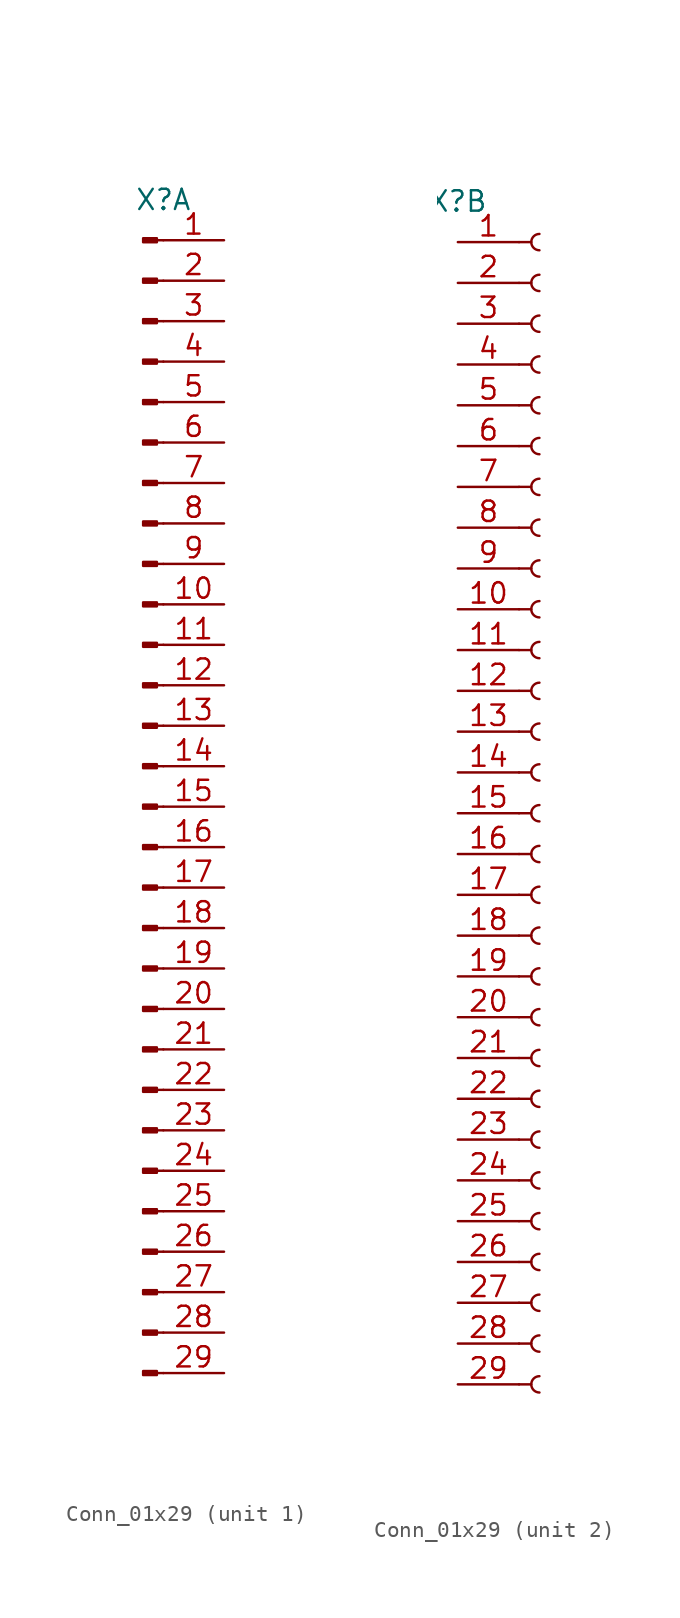
<source format=kicad_sym>
(kicad_symbol_lib
  (version 20241209)
  (generator "kicad_symbol_editor")
  (generator_version "9.0")
  (symbol "Conn_01x29"
    (pin_names
      (offset 1.016)
      (hide yes))
    (property "Reference" "X"
      (at 0 38.1 0)
      (effects (font (size 1.27 1.27))))
    (property "ki_locked" ""
      (at 0 0 0)
      (effects (font (size 1.27 1.27))))
    (symbol "Conn_01x29_1_1"
      (rectangle (start -0.406 35.687) (end -1.27 35.433) (stroke (width 0.152) (type default)) (fill (type outline)))
      (rectangle (start -0.406 33.147) (end -1.27 32.893) (stroke (width 0.152) (type default)) (fill (type outline)))
      (rectangle (start -0.406 30.607) (end -1.27 30.353) (stroke (width 0.152) (type default)) (fill (type outline)))
      (rectangle (start -0.406 28.067) (end -1.27 27.813) (stroke (width 0.152) (type default)) (fill (type outline)))
      (rectangle (start -0.406 25.527) (end -1.27 25.273) (stroke (width 0.152) (type default)) (fill (type outline)))
      (rectangle (start -0.406 22.987) (end -1.27 22.733) (stroke (width 0.152) (type default)) (fill (type outline)))
      (rectangle (start -0.406 20.447) (end -1.27 20.193) (stroke (width 0.152) (type default)) (fill (type outline)))
      (rectangle (start -0.406 17.907) (end -1.27 17.653) (stroke (width 0.152) (type default)) (fill (type outline)))
      (rectangle (start -0.406 15.367) (end -1.27 15.113) (stroke (width 0.152) (type default)) (fill (type outline)))
      (rectangle (start -0.406 12.827) (end -1.27 12.573) (stroke (width 0.152) (type default)) (fill (type outline)))
      (rectangle (start -0.406 10.287) (end -1.27 10.033) (stroke (width 0.152) (type default)) (fill (type outline)))
      (rectangle (start -0.406 7.747) (end -1.27 7.493) (stroke (width 0.152) (type default)) (fill (type outline)))
      (rectangle (start -0.406 5.207) (end -1.27 4.953) (stroke (width 0.152) (type default)) (fill (type outline)))
      (rectangle (start -0.406 2.667) (end -1.27 2.413) (stroke (width 0.152) (type default)) (fill (type outline)))
      (rectangle (start -0.406 0.127) (end -1.27 -0.127) (stroke (width 0.152) (type default)) (fill (type outline)))
      (rectangle (start -0.406 -2.413) (end -1.27 -2.667) (stroke (width 0.152) (type default)) (fill (type outline)))
      (rectangle (start -0.406 -4.953) (end -1.27 -5.207) (stroke (width 0.152) (type default)) (fill (type outline)))
      (rectangle (start -0.406 -7.493) (end -1.27 -7.747) (stroke (width 0.152) (type default)) (fill (type outline)))
      (rectangle (start -0.406 -10.033) (end -1.27 -10.287) (stroke (width 0.152) (type default)) (fill (type outline)))
      (rectangle (start -0.406 -12.573) (end -1.27 -12.827) (stroke (width 0.152) (type default)) (fill (type outline)))
      (rectangle (start -0.406 -15.113) (end -1.27 -15.367) (stroke (width 0.152) (type default)) (fill (type outline)))
      (rectangle (start -0.406 -17.653) (end -1.27 -17.907) (stroke (width 0.152) (type default)) (fill (type outline)))
      (rectangle (start -0.406 -20.193) (end -1.27 -20.447) (stroke (width 0.152) (type default)) (fill (type outline)))
      (rectangle (start -0.406 -22.733) (end -1.27 -22.987) (stroke (width 0.152) (type default)) (fill (type outline)))
      (rectangle (start -0.406 -25.273) (end -1.27 -25.527) (stroke (width 0.152) (type default)) (fill (type outline)))
      (rectangle (start -0.406 -27.813) (end -1.27 -28.067) (stroke (width 0.152) (type default)) (fill (type outline)))
      (rectangle (start -0.406 -30.353) (end -1.27 -30.607) (stroke (width 0.152) (type default)) (fill (type outline)))
      (rectangle (start -0.406 -32.893) (end -1.27 -33.147) (stroke (width 0.152) (type default)) (fill (type outline)))
      (rectangle (start -0.406 -35.433) (end -1.27 -35.687) (stroke (width 0.152) (type default)) (fill (type outline)))
      (polyline (pts (xy 0 35.56) (xy -0.406 35.56)) (stroke (width 0.152) (type default)) (fill (type none)))
      (polyline (pts (xy 0 33.02) (xy -0.406 33.02)) (stroke (width 0.152) (type default)) (fill (type none)))
      (polyline (pts (xy 0 30.48) (xy -0.406 30.48)) (stroke (width 0.152) (type default)) (fill (type none)))
      (polyline (pts (xy 0 27.94) (xy -0.406 27.94)) (stroke (width 0.152) (type default)) (fill (type none)))
      (polyline (pts (xy 0 25.4) (xy -0.406 25.4)) (stroke (width 0.152) (type default)) (fill (type none)))
      (polyline (pts (xy 0 22.86) (xy -0.406 22.86)) (stroke (width 0.152) (type default)) (fill (type none)))
      (polyline (pts (xy 0 20.32) (xy -0.406 20.32)) (stroke (width 0.152) (type default)) (fill (type none)))
      (polyline (pts (xy 0 17.78) (xy -0.406 17.78)) (stroke (width 0.152) (type default)) (fill (type none)))
      (polyline (pts (xy 0 15.24) (xy -0.406 15.24)) (stroke (width 0.152) (type default)) (fill (type none)))
      (polyline (pts (xy 0 12.7) (xy -0.406 12.7)) (stroke (width 0.152) (type default)) (fill (type none)))
      (polyline (pts (xy 0 10.16) (xy -0.406 10.16)) (stroke (width 0.152) (type default)) (fill (type none)))
      (polyline (pts (xy 0 7.62) (xy -0.406 7.62)) (stroke (width 0.152) (type default)) (fill (type none)))
      (polyline (pts (xy 0 5.08) (xy -0.406 5.08)) (stroke (width 0.152) (type default)) (fill (type none)))
      (polyline (pts (xy 0 2.54) (xy -0.406 2.54)) (stroke (width 0.152) (type default)) (fill (type none)))
      (polyline (pts (xy 0 0) (xy -0.406 0)) (stroke (width 0.152) (type default)) (fill (type none)))
      (polyline (pts (xy 0 -2.54) (xy -0.406 -2.54)) (stroke (width 0.152) (type default)) (fill (type none)))
      (polyline (pts (xy 0 -5.08) (xy -0.406 -5.08)) (stroke (width 0.152) (type default)) (fill (type none)))
      (polyline (pts (xy 0 -7.62) (xy -0.406 -7.62)) (stroke (width 0.152) (type default)) (fill (type none)))
      (polyline (pts (xy 0 -10.16) (xy -0.406 -10.16)) (stroke (width 0.152) (type default)) (fill (type none)))
      (polyline (pts (xy 0 -12.7) (xy -0.406 -12.7)) (stroke (width 0.152) (type default)) (fill (type none)))
      (polyline (pts (xy 0 -15.24) (xy -0.406 -15.24)) (stroke (width 0.152) (type default)) (fill (type none)))
      (polyline (pts (xy 0 -17.78) (xy -0.406 -17.78)) (stroke (width 0.152) (type default)) (fill (type none)))
      (polyline (pts (xy 0 -20.32) (xy -0.406 -20.32)) (stroke (width 0.152) (type default)) (fill (type none)))
      (polyline (pts (xy 0 -22.86) (xy -0.406 -22.86)) (stroke (width 0.152) (type default)) (fill (type none)))
      (polyline (pts (xy 0 -25.4) (xy -0.406 -25.4)) (stroke (width 0.152) (type default)) (fill (type none)))
      (polyline (pts (xy 0 -27.94) (xy -0.406 -27.94)) (stroke (width 0.152) (type default)) (fill (type none)))
      (polyline (pts (xy 0 -30.48) (xy -0.406 -30.48)) (stroke (width 0.152) (type default)) (fill (type none)))
      (polyline (pts (xy 0 -33.02) (xy -0.406 -33.02)) (stroke (width 0.152) (type default)) (fill (type none)))
      (polyline (pts (xy 0 -35.56) (xy -0.406 -35.56)) (stroke (width 0.152) (type default)) (fill (type none)))
      (pin passive line (at 3.81 35.56 180) (length 3.81) (name "Pin_1" (effects (font (size 1.27 1.27)))) (number "1" (effects (font (size 1.27 1.27)))))
      (pin passive line (at 3.81 33.02 180) (length 3.81) (name "Pin_2" (effects (font (size 1.27 1.27)))) (number "2" (effects (font (size 1.27 1.27)))))
      (pin passive line (at 3.81 30.48 180) (length 3.81) (name "Pin_3" (effects (font (size 1.27 1.27)))) (number "3" (effects (font (size 1.27 1.27)))))
      (pin passive line (at 3.81 27.94 180) (length 3.81) (name "Pin_4" (effects (font (size 1.27 1.27)))) (number "4" (effects (font (size 1.27 1.27)))))
      (pin passive line (at 3.81 25.4 180) (length 3.81) (name "Pin_5" (effects (font (size 1.27 1.27)))) (number "5" (effects (font (size 1.27 1.27)))))
      (pin passive line (at 3.81 22.86 180) (length 3.81) (name "Pin_6" (effects (font (size 1.27 1.27)))) (number "6" (effects (font (size 1.27 1.27)))))
      (pin passive line (at 3.81 20.32 180) (length 3.81) (name "Pin_7" (effects (font (size 1.27 1.27)))) (number "7" (effects (font (size 1.27 1.27)))))
      (pin passive line (at 3.81 17.78 180) (length 3.81) (name "Pin_8" (effects (font (size 1.27 1.27)))) (number "8" (effects (font (size 1.27 1.27)))))
      (pin passive line (at 3.81 15.24 180) (length 3.81) (name "Pin_9" (effects (font (size 1.27 1.27)))) (number "9" (effects (font (size 1.27 1.27)))))
      (pin passive line (at 3.81 12.7 180) (length 3.81) (name "Pin_10" (effects (font (size 1.27 1.27)))) (number "10" (effects (font (size 1.27 1.27)))))
      (pin passive line (at 3.81 10.16 180) (length 3.81) (name "Pin_11" (effects (font (size 1.27 1.27)))) (number "11" (effects (font (size 1.27 1.27)))))
      (pin passive line (at 3.81 7.62 180) (length 3.81) (name "Pin_12" (effects (font (size 1.27 1.27)))) (number "12" (effects (font (size 1.27 1.27)))))
      (pin passive line (at 3.81 5.08 180) (length 3.81) (name "Pin_13" (effects (font (size 1.27 1.27)))) (number "13" (effects (font (size 1.27 1.27)))))
      (pin passive line (at 3.81 2.54 180) (length 3.81) (name "Pin_14" (effects (font (size 1.27 1.27)))) (number "14" (effects (font (size 1.27 1.27)))))
      (pin passive line (at 3.81 0 180) (length 3.81) (name "Pin_15" (effects (font (size 1.27 1.27)))) (number "15" (effects (font (size 1.27 1.27)))))
      (pin passive line (at 3.81 -2.54 180) (length 3.81) (name "Pin_16" (effects (font (size 1.27 1.27)))) (number "16" (effects (font (size 1.27 1.27)))))
      (pin passive line (at 3.81 -5.08 180) (length 3.81) (name "Pin_17" (effects (font (size 1.27 1.27)))) (number "17" (effects (font (size 1.27 1.27)))))
      (pin passive line (at 3.81 -7.62 180) (length 3.81) (name "Pin_18" (effects (font (size 1.27 1.27)))) (number "18" (effects (font (size 1.27 1.27)))))
      (pin passive line (at 3.81 -10.16 180) (length 3.81) (name "Pin_19" (effects (font (size 1.27 1.27)))) (number "19" (effects (font (size 1.27 1.27)))))
      (pin passive line (at 3.81 -12.7 180) (length 3.81) (name "Pin_20" (effects (font (size 1.27 1.27)))) (number "20" (effects (font (size 1.27 1.27)))))
      (pin passive line (at 3.81 -15.24 180) (length 3.81) (name "Pin_21" (effects (font (size 1.27 1.27)))) (number "21" (effects (font (size 1.27 1.27)))))
      (pin passive line (at 3.81 -17.78 180) (length 3.81) (name "Pin_22" (effects (font (size 1.27 1.27)))) (number "22" (effects (font (size 1.27 1.27)))))
      (pin passive line (at 3.81 -20.32 180) (length 3.81) (name "Pin_23" (effects (font (size 1.27 1.27)))) (number "23" (effects (font (size 1.27 1.27)))))
      (pin passive line (at 3.81 -22.86 180) (length 3.81) (name "Pin_24" (effects (font (size 1.27 1.27)))) (number "24" (effects (font (size 1.27 1.27)))))
      (pin passive line (at 3.81 -25.4 180) (length 3.81) (name "Pin_25" (effects (font (size 1.27 1.27)))) (number "25" (effects (font (size 1.27 1.27)))))
      (pin passive line (at 3.81 -27.94 180) (length 3.81) (name "Pin_26" (effects (font (size 1.27 1.27)))) (number "26" (effects (font (size 1.27 1.27)))))
      (pin passive line (at 3.81 -30.48 180) (length 3.81) (name "Pin_27" (effects (font (size 1.27 1.27)))) (number "27" (effects (font (size 1.27 1.27)))))
      (pin passive line (at 3.81 -33.02 180) (length 3.81) (name "Pin_28" (effects (font (size 1.27 1.27)))) (number "28" (effects (font (size 1.27 1.27)))))
      (pin passive line (at 3.81 -35.56 180) (length 3.81) (name "Pin_29" (effects (font (size 1.27 1.27)))) (number "29" (effects (font (size 1.27 1.27))))))
    (symbol "Conn_01x29_2_1"
      (polyline (pts (xy 3.81 35.56) (xy 4.572 35.56)) (stroke (width 0.152) (type default)) (fill (type none)))
      (polyline (pts (xy 3.81 33.02) (xy 4.572 33.02)) (stroke (width 0.152) (type default)) (fill (type none)))
      (polyline (pts (xy 3.81 30.48) (xy 4.572 30.48)) (stroke (width 0.152) (type default)) (fill (type none)))
      (polyline (pts (xy 3.81 27.94) (xy 4.572 27.94)) (stroke (width 0.152) (type default)) (fill (type none)))
      (polyline (pts (xy 3.81 25.4) (xy 4.572 25.4)) (stroke (width 0.152) (type default)) (fill (type none)))
      (polyline (pts (xy 3.81 22.86) (xy 4.572 22.86)) (stroke (width 0.152) (type default)) (fill (type none)))
      (polyline (pts (xy 3.81 20.32) (xy 4.572 20.32)) (stroke (width 0.152) (type default)) (fill (type none)))
      (polyline (pts (xy 3.81 17.78) (xy 4.572 17.78)) (stroke (width 0.152) (type default)) (fill (type none)))
      (polyline (pts (xy 3.81 15.24) (xy 4.572 15.24)) (stroke (width 0.152) (type default)) (fill (type none)))
      (polyline (pts (xy 3.81 12.7) (xy 4.572 12.7)) (stroke (width 0.152) (type default)) (fill (type none)))
      (polyline (pts (xy 3.81 10.16) (xy 4.572 10.16)) (stroke (width 0.152) (type default)) (fill (type none)))
      (polyline (pts (xy 3.81 7.62) (xy 4.572 7.62)) (stroke (width 0.152) (type default)) (fill (type none)))
      (polyline (pts (xy 3.81 5.08) (xy 4.572 5.08)) (stroke (width 0.152) (type default)) (fill (type none)))
      (polyline (pts (xy 3.81 2.54) (xy 4.572 2.54)) (stroke (width 0.152) (type default)) (fill (type none)))
      (polyline (pts (xy 3.81 0) (xy 4.572 0)) (stroke (width 0.152) (type default)) (fill (type none)))
      (polyline (pts (xy 3.81 -2.54) (xy 4.572 -2.54)) (stroke (width 0.152) (type default)) (fill (type none)))
      (polyline (pts (xy 3.81 -5.08) (xy 4.572 -5.08)) (stroke (width 0.152) (type default)) (fill (type none)))
      (polyline (pts (xy 3.81 -7.62) (xy 4.572 -7.62)) (stroke (width 0.152) (type default)) (fill (type none)))
      (polyline (pts (xy 3.81 -10.16) (xy 4.572 -10.16)) (stroke (width 0.152) (type default)) (fill (type none)))
      (polyline (pts (xy 3.81 -12.7) (xy 4.572 -12.7)) (stroke (width 0.152) (type default)) (fill (type none)))
      (polyline (pts (xy 3.81 -15.24) (xy 4.572 -15.24)) (stroke (width 0.152) (type default)) (fill (type none)))
      (polyline (pts (xy 3.81 -17.78) (xy 4.572 -17.78)) (stroke (width 0.152) (type default)) (fill (type none)))
      (polyline (pts (xy 3.81 -20.32) (xy 4.572 -20.32)) (stroke (width 0.152) (type default)) (fill (type none)))
      (polyline (pts (xy 3.81 -22.86) (xy 4.572 -22.86)) (stroke (width 0.152) (type default)) (fill (type none)))
      (polyline (pts (xy 3.81 -25.4) (xy 4.572 -25.4)) (stroke (width 0.152) (type default)) (fill (type none)))
      (polyline (pts (xy 3.81 -27.94) (xy 4.572 -27.94)) (stroke (width 0.152) (type default)) (fill (type none)))
      (polyline (pts (xy 3.81 -30.48) (xy 4.572 -30.48)) (stroke (width 0.152) (type default)) (fill (type none)))
      (polyline (pts (xy 3.81 -33.02) (xy 4.572 -33.02)) (stroke (width 0.152) (type default)) (fill (type none)))
      (polyline (pts (xy 3.81 -35.56) (xy 4.572 -35.56)) (stroke (width 0.152) (type default)) (fill (type none)))
      (arc (start 5.08 35.052) (mid 4.5742 35.56) (end 5.08 36.068) (stroke (width 0.1524) (type default)) (fill (type none)))
      (arc (start 5.08 32.512) (mid 4.5742 33.02) (end 5.08 33.528) (stroke (width 0.1524) (type default)) (fill (type none)))
      (arc (start 5.08 29.972) (mid 4.5742 30.48) (end 5.08 30.988) (stroke (width 0.1524) (type default)) (fill (type none)))
      (arc (start 5.08 27.432) (mid 4.5742 27.94) (end 5.08 28.448) (stroke (width 0.1524) (type default)) (fill (type none)))
      (arc (start 5.08 24.892) (mid 4.5742 25.4) (end 5.08 25.908) (stroke (width 0.1524) (type default)) (fill (type none)))
      (arc (start 5.08 22.352) (mid 4.5742 22.86) (end 5.08 23.368) (stroke (width 0.1524) (type default)) (fill (type none)))
      (arc (start 5.08 19.812) (mid 4.5742 20.32) (end 5.08 20.828) (stroke (width 0.1524) (type default)) (fill (type none)))
      (arc (start 5.08 17.272) (mid 4.5742 17.78) (end 5.08 18.288) (stroke (width 0.1524) (type default)) (fill (type none)))
      (arc (start 5.08 14.732) (mid 4.5742 15.24) (end 5.08 15.748) (stroke (width 0.1524) (type default)) (fill (type none)))
      (arc (start 5.08 12.192) (mid 4.5742 12.7) (end 5.08 13.208) (stroke (width 0.1524) (type default)) (fill (type none)))
      (arc (start 5.08 9.652) (mid 4.5742 10.16) (end 5.08 10.668) (stroke (width 0.1524) (type default)) (fill (type none)))
      (arc (start 5.08 7.112) (mid 4.5742 7.62) (end 5.08 8.128) (stroke (width 0.1524) (type default)) (fill (type none)))
      (arc (start 5.08 4.572) (mid 4.5742 5.08) (end 5.08 5.588) (stroke (width 0.1524) (type default)) (fill (type none)))
      (arc (start 5.08 2.032) (mid 4.5742 2.54) (end 5.08 3.048) (stroke (width 0.1524) (type default)) (fill (type none)))
      (arc (start 5.08 -0.508) (mid 4.5742 0) (end 5.08 0.508) (stroke (width 0.1524) (type default)) (fill (type none)))
      (arc (start 5.08 -3.048) (mid 4.5742 -2.54) (end 5.08 -2.032) (stroke (width 0.1524) (type default)) (fill (type none)))
      (arc (start 5.08 -5.588) (mid 4.5742 -5.08) (end 5.08 -4.572) (stroke (width 0.1524) (type default)) (fill (type none)))
      (arc (start 5.08 -8.128) (mid 4.5742 -7.62) (end 5.08 -7.112) (stroke (width 0.1524) (type default)) (fill (type none)))
      (arc (start 5.08 -10.668) (mid 4.5742 -10.16) (end 5.08 -9.652) (stroke (width 0.1524) (type default)) (fill (type none)))
      (arc (start 5.08 -13.208) (mid 4.5742 -12.7) (end 5.08 -12.192) (stroke (width 0.1524) (type default)) (fill (type none)))
      (arc (start 5.08 -15.748) (mid 4.5742 -15.24) (end 5.08 -14.732) (stroke (width 0.1524) (type default)) (fill (type none)))
      (arc (start 5.08 -18.288) (mid 4.5742 -17.78) (end 5.08 -17.272) (stroke (width 0.1524) (type default)) (fill (type none)))
      (arc (start 5.08 -20.828) (mid 4.5742 -20.32) (end 5.08 -19.812) (stroke (width 0.1524) (type default)) (fill (type none)))
      (arc (start 5.08 -23.368) (mid 4.5742 -22.86) (end 5.08 -22.352) (stroke (width 0.1524) (type default)) (fill (type none)))
      (arc (start 5.08 -25.908) (mid 4.5742 -25.4) (end 5.08 -24.892) (stroke (width 0.1524) (type default)) (fill (type none)))
      (arc (start 5.08 -28.448) (mid 4.5742 -27.94) (end 5.08 -27.432) (stroke (width 0.1524) (type default)) (fill (type none)))
      (arc (start 5.08 -30.988) (mid 4.5742 -30.48) (end 5.08 -29.972) (stroke (width 0.1524) (type default)) (fill (type none)))
      (arc (start 5.08 -33.528) (mid 4.5742 -33.02) (end 5.08 -32.512) (stroke (width 0.1524) (type default)) (fill (type none)))
      (arc (start 5.08 -36.068) (mid 4.5742 -35.56) (end 5.08 -35.052) (stroke (width 0.1524) (type default)) (fill (type none)))
      (pin passive line (at 0 35.56 0) (length 3.81) (name "Pin_1" (effects (font (size 1.27 1.27)))) (number "1" (effects (font (size 1.27 1.27)))))
      (pin passive line (at 0 33.02 0) (length 3.81) (name "Pin_2" (effects (font (size 1.27 1.27)))) (number "2" (effects (font (size 1.27 1.27)))))
      (pin passive line (at 0 30.48 0) (length 3.81) (name "Pin_3" (effects (font (size 1.27 1.27)))) (number "3" (effects (font (size 1.27 1.27)))))
      (pin passive line (at 0 27.94 0) (length 3.81) (name "Pin_4" (effects (font (size 1.27 1.27)))) (number "4" (effects (font (size 1.27 1.27)))))
      (pin passive line (at 0 25.4 0) (length 3.81) (name "Pin_5" (effects (font (size 1.27 1.27)))) (number "5" (effects (font (size 1.27 1.27)))))
      (pin passive line (at 0 22.86 0) (length 3.81) (name "Pin_6" (effects (font (size 1.27 1.27)))) (number "6" (effects (font (size 1.27 1.27)))))
      (pin passive line (at 0 20.32 0) (length 3.81) (name "Pin_7" (effects (font (size 1.27 1.27)))) (number "7" (effects (font (size 1.27 1.27)))))
      (pin passive line (at 0 17.78 0) (length 3.81) (name "Pin_8" (effects (font (size 1.27 1.27)))) (number "8" (effects (font (size 1.27 1.27)))))
      (pin passive line (at 0 15.24 0) (length 3.81) (name "Pin_9" (effects (font (size 1.27 1.27)))) (number "9" (effects (font (size 1.27 1.27)))))
      (pin passive line (at 0 12.7 0) (length 3.81) (name "Pin_10" (effects (font (size 1.27 1.27)))) (number "10" (effects (font (size 1.27 1.27)))))
      (pin passive line (at 0 10.16 0) (length 3.81) (name "Pin_11" (effects (font (size 1.27 1.27)))) (number "11" (effects (font (size 1.27 1.27)))))
      (pin passive line (at 0 7.62 0) (length 3.81) (name "Pin_12" (effects (font (size 1.27 1.27)))) (number "12" (effects (font (size 1.27 1.27)))))
      (pin passive line (at 0 5.08 0) (length 3.81) (name "Pin_13" (effects (font (size 1.27 1.27)))) (number "13" (effects (font (size 1.27 1.27)))))
      (pin passive line (at 0 2.54 0) (length 3.81) (name "Pin_14" (effects (font (size 1.27 1.27)))) (number "14" (effects (font (size 1.27 1.27)))))
      (pin passive line (at 0 0 0) (length 3.81) (name "Pin_15" (effects (font (size 1.27 1.27)))) (number "15" (effects (font (size 1.27 1.27)))))
      (pin passive line (at 0 -2.54 0) (length 3.81) (name "Pin_16" (effects (font (size 1.27 1.27)))) (number "16" (effects (font (size 1.27 1.27)))))
      (pin passive line (at 0 -5.08 0) (length 3.81) (name "Pin_17" (effects (font (size 1.27 1.27)))) (number "17" (effects (font (size 1.27 1.27)))))
      (pin passive line (at 0 -7.62 0) (length 3.81) (name "Pin_18" (effects (font (size 1.27 1.27)))) (number "18" (effects (font (size 1.27 1.27)))))
      (pin passive line (at 0 -10.16 0) (length 3.81) (name "Pin_19" (effects (font (size 1.27 1.27)))) (number "19" (effects (font (size 1.27 1.27)))))
      (pin passive line (at 0 -12.7 0) (length 3.81) (name "Pin_20" (effects (font (size 1.27 1.27)))) (number "20" (effects (font (size 1.27 1.27)))))
      (pin passive line (at 0 -15.24 0) (length 3.81) (name "Pin_21" (effects (font (size 1.27 1.27)))) (number "21" (effects (font (size 1.27 1.27)))))
      (pin passive line (at 0 -17.78 0) (length 3.81) (name "Pin_22" (effects (font (size 1.27 1.27)))) (number "22" (effects (font (size 1.27 1.27)))))
      (pin passive line (at 0 -20.32 0) (length 3.81) (name "Pin_23" (effects (font (size 1.27 1.27)))) (number "23" (effects (font (size 1.27 1.27)))))
      (pin passive line (at 0 -22.86 0) (length 3.81) (name "Pin_24" (effects (font (size 1.27 1.27)))) (number "24" (effects (font (size 1.27 1.27)))))
      (pin passive line (at 0 -25.4 0) (length 3.81) (name "Pin_25" (effects (font (size 1.27 1.27)))) (number "25" (effects (font (size 1.27 1.27)))))
      (pin passive line (at 0 -27.94 0) (length 3.81) (name "Pin_26" (effects (font (size 1.27 1.27)))) (number "26" (effects (font (size 1.27 1.27)))))
      (pin passive line (at 0 -30.48 0) (length 3.81) (name "Pin_27" (effects (font (size 1.27 1.27)))) (number "27" (effects (font (size 1.27 1.27)))))
      (pin passive line (at 0 -33.02 0) (length 3.81) (name "Pin_28" (effects (font (size 1.27 1.27)))) (number "28" (effects (font (size 1.27 1.27)))))
      (pin passive line (at 0 -35.56 0) (length 3.81) (name "Pin_29" (effects (font (size 1.27 1.27)))) (number "29" (effects (font (size 1.27 1.27))))))))
</source>
